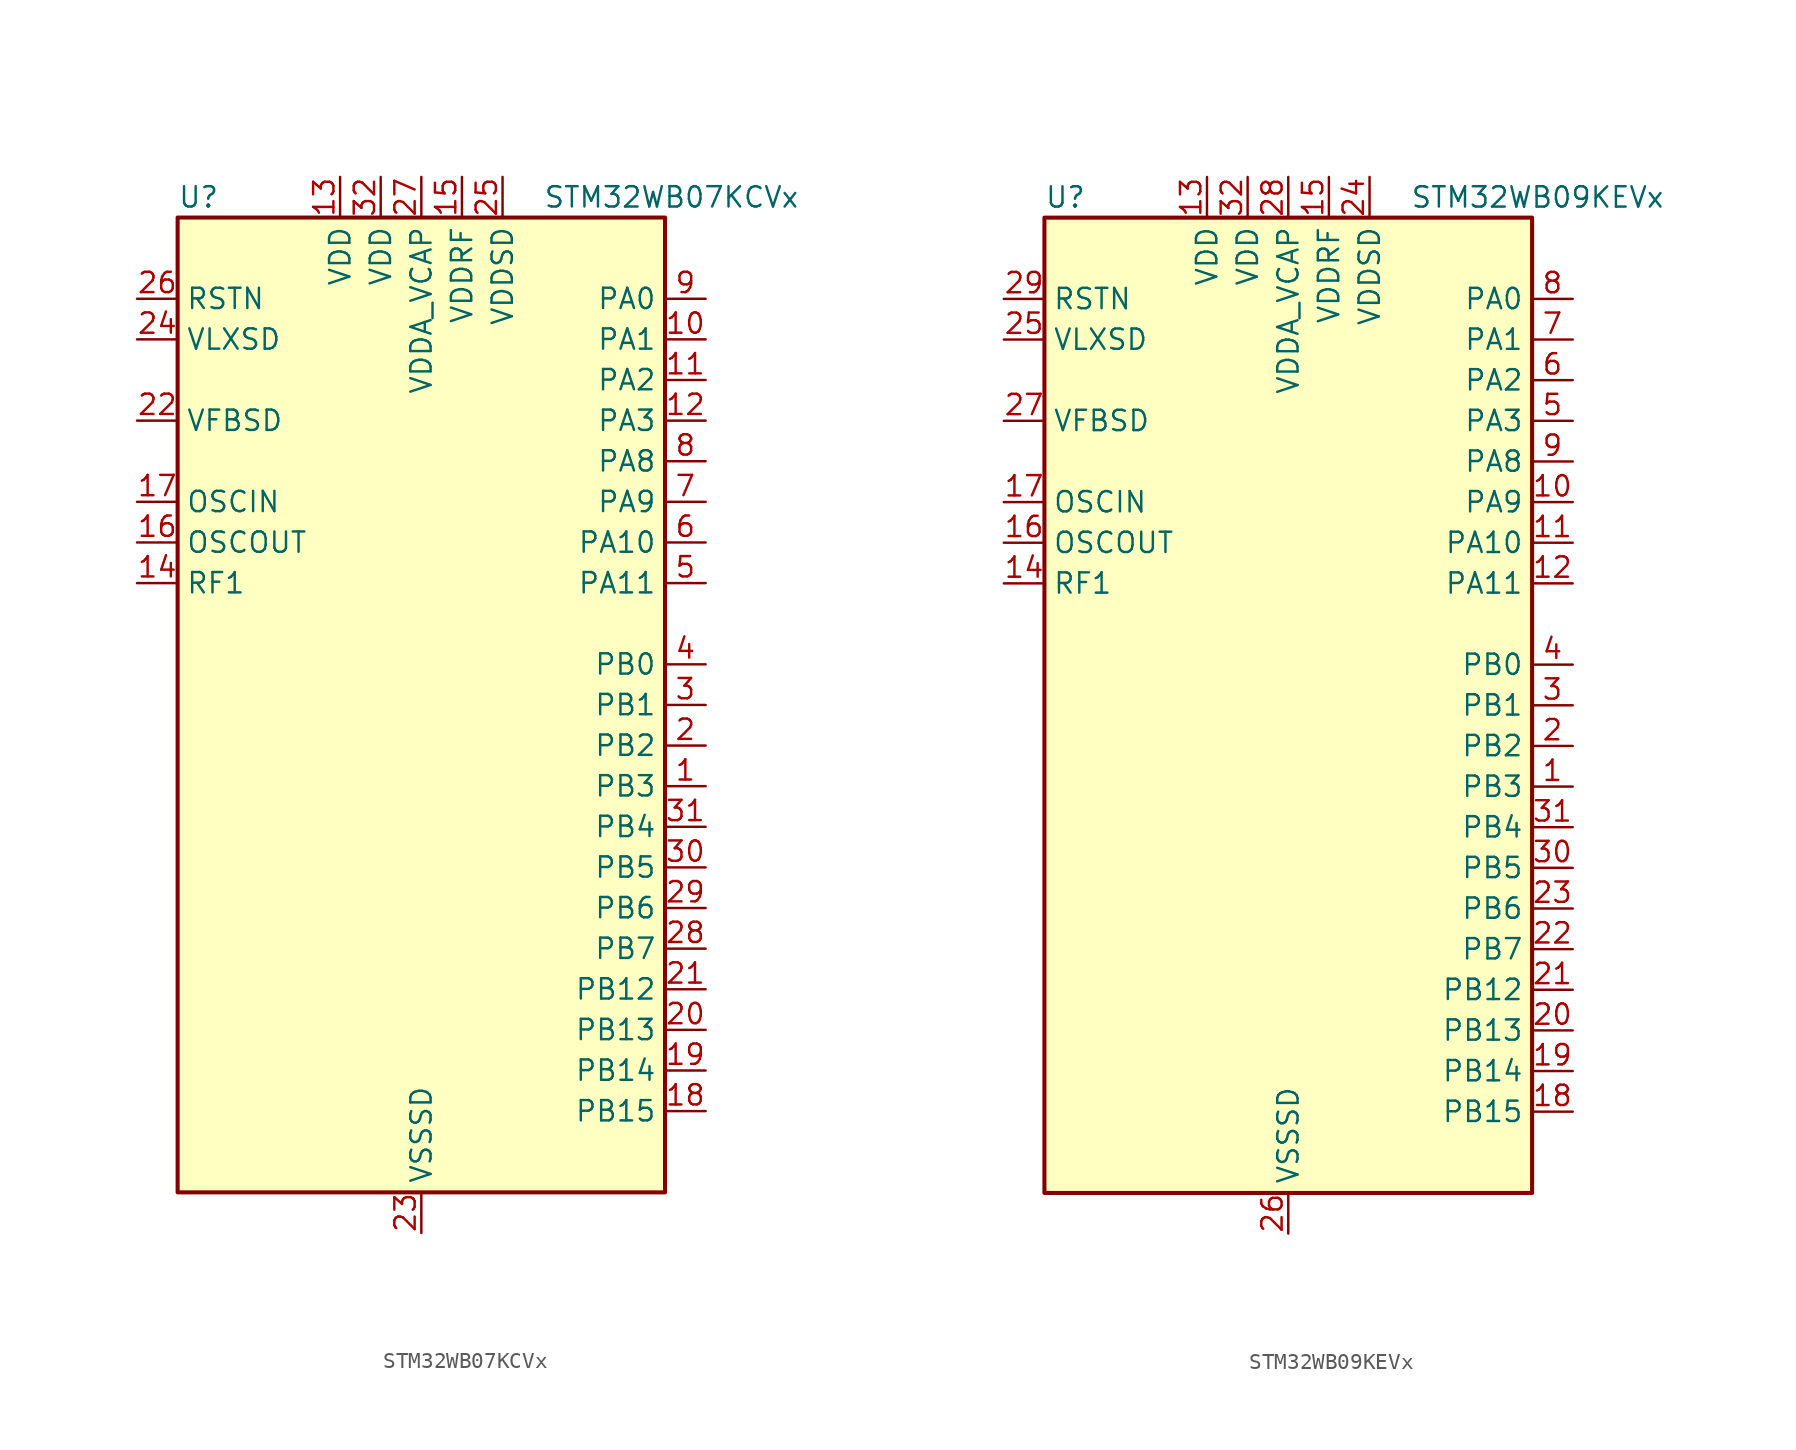
<source format=kicad_sym>
(kicad_symbol_lib
  (version 20231120)
  (generator "kicad-library-utils")
  (generator_version "8.0")
  (symbol "STM32WB07KCVx"
    (property "Reference" "U"
      (at -15.24 31.75 0)
      (effects (font (size 1.27 1.27)) (justify left)))
    (property "Value" "STM32WB07KCVx"
      (at 7.62 31.75 0)
      (effects (font (size 1.27 1.27)) (justify left)))
    (symbol "STM32WB07KCVx_0_1"
      (rectangle (start -15.24 -30.48) (end 15.24 30.48) (stroke (width 0.254) (type default)) (fill (type background))))
    (symbol "STM32WB07KCVx_1_1"
      (pin bidirectional line (at 17.78 -5.08 180) (length 2.54) (name "PB3" (effects (font (size 1.27 1.27)))) (number "1" (effects (font (size 1.27 1.27)))) (alternate "ADC1_PGA_CAP1" bidirectional line) (alternate "ADC1_VINP0" bidirectional line) (alternate "LPUART1_TX" bidirectional line) (alternate "PWR_WKUP3" bidirectional line) (alternate "TIM1_CH4" bidirectional line) (alternate "USART1_CTS" bidirectional line))
      (pin bidirectional line (at 17.78 22.86 180) (length 2.54) (name "PA1" (effects (font (size 1.27 1.27)))) (number "10" (effects (font (size 1.27 1.27)))) (alternate "I2C1_SDA" bidirectional line) (alternate "PWR_WKUP13" bidirectional line) (alternate "SPI2_MISO" bidirectional line) (alternate "TIM1_CH4" bidirectional line) (alternate "USART1_TX" bidirectional line))
      (pin bidirectional line (at 17.78 20.32 180) (length 2.54) (name "PA2" (effects (font (size 1.27 1.27)))) (number "11" (effects (font (size 1.27 1.27)))) (alternate "DEBUG_SWDIO" bidirectional line) (alternate "I2S3_MCK" bidirectional line) (alternate "PWR_WKUP14" bidirectional line) (alternate "USART1_CK" bidirectional line))
      (pin bidirectional line (at 17.78 17.78 180) (length 2.54) (name "PA3" (effects (font (size 1.27 1.27)))) (number "12" (effects (font (size 1.27 1.27)))) (alternate "DEBUG_SWCLK" bidirectional line) (alternate "I2S3_SCK" bidirectional line) (alternate "PWR_WKUP15" bidirectional line) (alternate "SPI3_SCK" bidirectional line) (alternate "TIM1_BKIN2" bidirectional line) (alternate "USART1_DE" bidirectional line) (alternate "USART1_RTS" bidirectional line))
      (pin power_in line (at -5.08 33.02 270) (length 2.54) (name "VDD" (effects (font (size 1.27 1.27)))) (number "13" (effects (font (size 1.27 1.27)))))
      (pin bidirectional line (at -17.78 7.62 0) (length 2.54) (name "RF1" (effects (font (size 1.27 1.27)))) (number "14" (effects (font (size 1.27 1.27)))) (alternate "RADIO_RF1" bidirectional line))
      (pin power_in line (at 2.54 33.02 270) (length 2.54) (name "VDDRF" (effects (font (size 1.27 1.27)))) (number "15" (effects (font (size 1.27 1.27)))))
      (pin bidirectional line (at -17.78 10.16 0) (length 2.54) (name "OSCOUT" (effects (font (size 1.27 1.27)))) (number "16" (effects (font (size 1.27 1.27)))) (alternate "RCC_OSC_OUT" bidirectional line))
      (pin bidirectional line (at -17.78 12.7 0) (length 2.54) (name "OSCIN" (effects (font (size 1.27 1.27)))) (number "17" (effects (font (size 1.27 1.27)))) (alternate "RCC_OSC_IN" bidirectional line))
      (pin bidirectional line (at 17.78 -25.4 180) (length 2.54) (name "PB15" (effects (font (size 1.27 1.27)))) (number "18" (effects (font (size 1.27 1.27)))) (alternate "I2C1_SMBA" bidirectional line) (alternate "RADIO_TX_SEQUENCE" bidirectional line) (alternate "RCC_MCO" bidirectional line) (alternate "USART1_TX" bidirectional line))
      (pin bidirectional line (at 17.78 -22.86 180) (length 2.54) (name "PB14" (effects (font (size 1.27 1.27)))) (number "19" (effects (font (size 1.27 1.27)))) (alternate "I2C2_SDA" bidirectional line) (alternate "PWR_PVD_IN" bidirectional line) (alternate "SPI1_MOSI" bidirectional line) (alternate "TIM1_CH3N" bidirectional line) (alternate "TIM1_ETR" bidirectional line) (alternate "USART1_RX" bidirectional line))
      (pin bidirectional line (at 17.78 -2.54 180) (length 2.54) (name "PB2" (effects (font (size 1.27 1.27)))) (number "2" (effects (font (size 1.27 1.27)))) (alternate "ADC1_PDM_DATA" bidirectional line) (alternate "ADC1_PGA_CAP0" bidirectional line) (alternate "ADC1_VINM0" bidirectional line) (alternate "PWR_WKUP2" bidirectional line) (alternate "TIM1_CH3" bidirectional line) (alternate "USART1_DE" bidirectional line) (alternate "USART1_RTS" bidirectional line))
      (pin bidirectional line (at 17.78 -20.32 180) (length 2.54) (name "PB13" (effects (font (size 1.27 1.27)))) (number "20" (effects (font (size 1.27 1.27)))) (alternate "ADC1_PDM_CLK" bidirectional line) (alternate "I2C2_SCL" bidirectional line) (alternate "RCC_OSC32_IN" bidirectional line) (alternate "SPI1_MISO" bidirectional line) (alternate "TIM1_BKIN2" bidirectional line) (alternate "TIM1_CH4" bidirectional line))
      (pin bidirectional line (at 17.78 -17.78 180) (length 2.54) (name "PB12" (effects (font (size 1.27 1.27)))) (number "21" (effects (font (size 1.27 1.27)))) (alternate "ADC1_PDM_DATA" bidirectional line) (alternate "RCC_LCO" bidirectional line) (alternate "RCC_OSC32_OUT" bidirectional line) (alternate "SPI1_SCK" bidirectional line) (alternate "TIM1_CH3" bidirectional line))
      (pin input line (at -17.78 17.78 0) (length 2.54) (name "VFBSD" (effects (font (size 1.27 1.27)))) (number "22" (effects (font (size 1.27 1.27)))))
      (pin power_in line (at 0 -33.02 90) (length 2.54) (name "VSSSD" (effects (font (size 1.27 1.27)))) (number "23" (effects (font (size 1.27 1.27)))))
      (pin power_in line (at -17.78 22.86 0) (length 2.54) (name "VLXSD" (effects (font (size 1.27 1.27)))) (number "24" (effects (font (size 1.27 1.27)))))
      (pin power_in line (at 5.08 33.02 270) (length 2.54) (name "VDDSD" (effects (font (size 1.27 1.27)))) (number "25" (effects (font (size 1.27 1.27)))))
      (pin power_in line (at -17.78 25.4 0) (length 2.54) (name "RSTN" (effects (font (size 1.27 1.27)))) (number "26" (effects (font (size 1.27 1.27)))))
      (pin power_in line (at 0 33.02 270) (length 2.54) (name "VDDA_VCAP" (effects (font (size 1.27 1.27)))) (number "27" (effects (font (size 1.27 1.27)))))
      (pin bidirectional line (at 17.78 -15.24 180) (length 2.54) (name "PB7" (effects (font (size 1.27 1.27)))) (number "28" (effects (font (size 1.27 1.27)))) (alternate "I2C2_SDA" bidirectional line) (alternate "I2S2_SCK" bidirectional line) (alternate "LPUART1_RX" bidirectional line) (alternate "PWR_WKUP7" bidirectional line) (alternate "SPI2_SCK" bidirectional line) (alternate "TIM1_CH2" bidirectional line))
      (pin bidirectional line (at 17.78 -12.7 180) (length 2.54) (name "PB6" (effects (font (size 1.27 1.27)))) (number "29" (effects (font (size 1.27 1.27)))) (alternate "I2C2_SCL" bidirectional line) (alternate "I2S2_WS" bidirectional line) (alternate "LPUART1_TX" bidirectional line) (alternate "PWR_WKUP6" bidirectional line) (alternate "SPI2_NSS" bidirectional line) (alternate "TIM1_CH1" bidirectional line))
      (pin bidirectional line (at 17.78 0 180) (length 2.54) (name "PB1" (effects (font (size 1.27 1.27)))) (number "3" (effects (font (size 1.27 1.27)))) (alternate "ADC1_PDM_CLK" bidirectional line) (alternate "ADC1_VINP1" bidirectional line) (alternate "PWR_WKUP1" bidirectional line) (alternate "SPI1_NSS" bidirectional line) (alternate "TIM1_ETR" bidirectional line))
      (pin bidirectional line (at 17.78 -10.16 180) (length 2.54) (name "PB5" (effects (font (size 1.27 1.27)))) (number "30" (effects (font (size 1.27 1.27)))) (alternate "ADC1_PDM_CLK" bidirectional line) (alternate "ADC1_PGA_VBIAS_MIC" bidirectional line) (alternate "I2S2_SD" bidirectional line) (alternate "LPUART1_RX" bidirectional line) (alternate "PWR_WKUP5" bidirectional line) (alternate "SPI2_MOSI" bidirectional line))
      (pin bidirectional line (at 17.78 -7.62 180) (length 2.54) (name "PB4" (effects (font (size 1.27 1.27)))) (number "31" (effects (font (size 1.27 1.27)))) (alternate "ADC1_PDM_DATA" bidirectional line) (alternate "ADC1_PGA_VIN" bidirectional line) (alternate "LPUART1_TX" bidirectional line) (alternate "PWR_WKUP4" bidirectional line) (alternate "SPI2_MISO" bidirectional line))
      (pin power_in line (at -2.54 33.02 270) (length 2.54) (name "VDD" (effects (font (size 1.27 1.27)))) (number "32" (effects (font (size 1.27 1.27)))))
      (pin bidirectional line (at 17.78 2.54 180) (length 2.54) (name "PB0" (effects (font (size 1.27 1.27)))) (number "4" (effects (font (size 1.27 1.27)))) (alternate "ADC1_VINM1" bidirectional line) (alternate "LPUART1_DE" bidirectional line) (alternate "LPUART1_RTS" bidirectional line) (alternate "PWR_WKUP0" bidirectional line) (alternate "TIM1_CH2N" bidirectional line) (alternate "USART1_RX" bidirectional line))
      (pin bidirectional line (at 17.78 7.62 180) (length 2.54) (name "PA11" (effects (font (size 1.27 1.27)))) (number "5" (effects (font (size 1.27 1.27)))) (alternate "I2S3_SD" bidirectional line) (alternate "PWR_WKUP11" bidirectional line) (alternate "PWR_WKUP23" bidirectional line) (alternate "RADIO_RX_SEQUENCE" bidirectional line) (alternate "RCC_MCO" bidirectional line) (alternate "RTC_OUT" bidirectional line) (alternate "SPI1_NSS" bidirectional line) (alternate "SPI3_MOSI" bidirectional line))
      (pin bidirectional line (at 17.78 10.16 180) (length 2.54) (name "PA10" (effects (font (size 1.27 1.27)))) (number "6" (effects (font (size 1.27 1.27)))) (alternate "I2S3_MCK" bidirectional line) (alternate "PWR_WKUP10" bidirectional line) (alternate "PWR_WKUP22" bidirectional line) (alternate "RADIO_TX_SEQUENCE" bidirectional line) (alternate "RCC_LCO" bidirectional line) (alternate "SPI1_MISO" bidirectional line))
      (pin bidirectional line (at 17.78 12.7 180) (length 2.54) (name "PA9" (effects (font (size 1.27 1.27)))) (number "7" (effects (font (size 1.27 1.27)))) (alternate "I2S3_WS" bidirectional line) (alternate "PWR_WKUP9" bidirectional line) (alternate "PWR_WKUP21" bidirectional line) (alternate "RTC_OUT" bidirectional line) (alternate "SPI1_SCK" bidirectional line) (alternate "SPI3_NSS" bidirectional line) (alternate "TIM1_CH4" bidirectional line) (alternate "USART1_TX" bidirectional line))
      (pin bidirectional line (at 17.78 15.24 180) (length 2.54) (name "PA8" (effects (font (size 1.27 1.27)))) (number "8" (effects (font (size 1.27 1.27)))) (alternate "PWR_WKUP8" bidirectional line) (alternate "PWR_WKUP20" bidirectional line) (alternate "RADIO_RX_SEQUENCE" bidirectional line) (alternate "RTC_OUT" bidirectional line) (alternate "SPI1_MOSI" bidirectional line) (alternate "SPI3_MISO" bidirectional line) (alternate "TIM1_CH3" bidirectional line) (alternate "USART1_RX" bidirectional line))
      (pin bidirectional line (at 17.78 25.4 180) (length 2.54) (name "PA0" (effects (font (size 1.27 1.27)))) (number "9" (effects (font (size 1.27 1.27)))) (alternate "I2C1_SCL" bidirectional line) (alternate "I2S2_MCK" bidirectional line) (alternate "PWR_WKUP12" bidirectional line) (alternate "TIM1_CH3" bidirectional line) (alternate "USART1_CTS" bidirectional line))))
  (symbol "STM32WB09KEVx"
    (property "Reference" "U"
      (at -15.24 31.75 0)
      (effects (font (size 1.27 1.27)) (justify left)))
    (property "Value" "STM32WB09KEVx"
      (at 7.62 31.75 0)
      (effects (font (size 1.27 1.27)) (justify left)))
    (symbol "STM32WB09KEVx_0_1"
      (rectangle (start -15.24 -30.48) (end 15.24 30.48) (stroke (width 0.254) (type default)) (fill (type background))))
    (symbol "STM32WB09KEVx_1_1"
      (pin bidirectional line (at 17.78 -5.08 180) (length 2.54) (name "PB3" (effects (font (size 1.27 1.27)))) (number "1" (effects (font (size 1.27 1.27)))) (alternate "ADC1_VINP0" bidirectional line) (alternate "I2S3_SCK" bidirectional line) (alternate "LPUART1_TX" bidirectional line) (alternate "PWR_WKUP3" bidirectional line) (alternate "RADIO_ANTENNA_ID_3" bidirectional line) (alternate "SPI3_SCK" bidirectional line) (alternate "TIM17_CH1" bidirectional line) (alternate "TIM2_CH4" bidirectional line) (alternate "USART1_CTS" bidirectional line))
      (pin bidirectional line (at 17.78 12.7 180) (length 2.54) (name "PA9" (effects (font (size 1.27 1.27)))) (number "10" (effects (font (size 1.27 1.27)))) (alternate "I2S3_WS" bidirectional line) (alternate "PWR_WKUP9" bidirectional line) (alternate "RTC_OUT" bidirectional line) (alternate "SPI3_NSS" bidirectional line) (alternate "TIM17_CH1" bidirectional line) (alternate "TIM2_CH4" bidirectional line) (alternate "USART1_TX" bidirectional line))
      (pin bidirectional line (at 17.78 10.16 180) (length 2.54) (name "PA10" (effects (font (size 1.27 1.27)))) (number "11" (effects (font (size 1.27 1.27)))) (alternate "I2S3_MCK" bidirectional line) (alternate "LPUART1_CTS" bidirectional line) (alternate "PWR_WKUP10" bidirectional line) (alternate "RADIO_TX_SEQUENCE" bidirectional line) (alternate "RCC_LCO" bidirectional line) (alternate "TIM17_CH1N" bidirectional line))
      (pin bidirectional line (at 17.78 7.62 180) (length 2.54) (name "PA11" (effects (font (size 1.27 1.27)))) (number "12" (effects (font (size 1.27 1.27)))) (alternate "I2S3_SD" bidirectional line) (alternate "PWR_WKUP11" bidirectional line) (alternate "RADIO_RX_SEQUENCE" bidirectional line) (alternate "RCC_MCO" bidirectional line) (alternate "SPI3_MOSI" bidirectional line) (alternate "TIM17_BK" bidirectional line))
      (pin power_in line (at -5.08 33.02 270) (length 2.54) (name "VDD" (effects (font (size 1.27 1.27)))) (number "13" (effects (font (size 1.27 1.27)))))
      (pin bidirectional line (at -17.78 7.62 0) (length 2.54) (name "RF1" (effects (font (size 1.27 1.27)))) (number "14" (effects (font (size 1.27 1.27)))) (alternate "RADIO_RF1" bidirectional line))
      (pin power_in line (at 2.54 33.02 270) (length 2.54) (name "VDDRF" (effects (font (size 1.27 1.27)))) (number "15" (effects (font (size 1.27 1.27)))))
      (pin bidirectional line (at -17.78 10.16 0) (length 2.54) (name "OSCOUT" (effects (font (size 1.27 1.27)))) (number "16" (effects (font (size 1.27 1.27)))) (alternate "RCC_OSC_OUT" bidirectional line))
      (pin bidirectional line (at -17.78 12.7 0) (length 2.54) (name "OSCIN" (effects (font (size 1.27 1.27)))) (number "17" (effects (font (size 1.27 1.27)))) (alternate "RCC_OSC_IN" bidirectional line))
      (pin bidirectional line (at 17.78 -25.4 180) (length 2.54) (name "PB15" (effects (font (size 1.27 1.27)))) (number "18" (effects (font (size 1.27 1.27)))) (alternate "PWR_WKUP19" bidirectional line) (alternate "USART1_TX" bidirectional line))
      (pin bidirectional line (at 17.78 -22.86 180) (length 2.54) (name "PB14" (effects (font (size 1.27 1.27)))) (number "19" (effects (font (size 1.27 1.27)))) (alternate "I2C1_SDA" bidirectional line) (alternate "PWR_PVD_IN" bidirectional line) (alternate "PWR_WKUP18" bidirectional line) (alternate "RADIO_TX_SEQUENCE" bidirectional line) (alternate "RCC_MCO" bidirectional line) (alternate "TIM2_ETR" bidirectional line) (alternate "USART1_RX" bidirectional line))
      (pin bidirectional line (at 17.78 -2.54 180) (length 2.54) (name "PB2" (effects (font (size 1.27 1.27)))) (number "2" (effects (font (size 1.27 1.27)))) (alternate "ADC1_VINM0" bidirectional line) (alternate "PWR_WKUP2" bidirectional line) (alternate "RADIO_ANTENNA_ID_2" bidirectional line) (alternate "TIM16_BK" bidirectional line) (alternate "TIM2_CH3" bidirectional line) (alternate "USART1_DE" bidirectional line) (alternate "USART1_RTS" bidirectional line))
      (pin bidirectional line (at 17.78 -20.32 180) (length 2.54) (name "PB13" (effects (font (size 1.27 1.27)))) (number "20" (effects (font (size 1.27 1.27)))) (alternate "PWR_WKUP17" bidirectional line) (alternate "RCC_OSC32_IN" bidirectional line) (alternate "TIM2_CH4" bidirectional line))
      (pin bidirectional line (at 17.78 -17.78 180) (length 2.54) (name "PB12" (effects (font (size 1.27 1.27)))) (number "21" (effects (font (size 1.27 1.27)))) (alternate "LPUART1_CTS" bidirectional line) (alternate "PWR_WKUP16" bidirectional line) (alternate "RCC_LCO" bidirectional line) (alternate "RCC_OSC32_OUT" bidirectional line) (alternate "TIM2_CH3" bidirectional line))
      (pin bidirectional line (at 17.78 -15.24 180) (length 2.54) (name "PB7" (effects (font (size 1.27 1.27)))) (number "22" (effects (font (size 1.27 1.27)))) (alternate "I2C1_SDA" bidirectional line) (alternate "LPUART1_RX" bidirectional line) (alternate "PWR_WKUP7" bidirectional line) (alternate "RADIO_ACTIVITY" bidirectional line) (alternate "TIM2_CH2" bidirectional line) (alternate "USART1_CTS" bidirectional line))
      (pin bidirectional line (at 17.78 -12.7 180) (length 2.54) (name "PB6" (effects (font (size 1.27 1.27)))) (number "23" (effects (font (size 1.27 1.27)))) (alternate "I2C1_SCL" bidirectional line) (alternate "LPUART1_TX" bidirectional line) (alternate "PWR_WKUP6" bidirectional line) (alternate "RADIO_ANTENNA_ID_6" bidirectional line) (alternate "TIM17_CH1" bidirectional line) (alternate "TIM2_CH1" bidirectional line))
      (pin power_in line (at 5.08 33.02 270) (length 2.54) (name "VDDSD" (effects (font (size 1.27 1.27)))) (number "24" (effects (font (size 1.27 1.27)))))
      (pin power_in line (at -17.78 22.86 0) (length 2.54) (name "VLXSD" (effects (font (size 1.27 1.27)))) (number "25" (effects (font (size 1.27 1.27)))))
      (pin power_in line (at 0 -33.02 90) (length 2.54) (name "VSSSD" (effects (font (size 1.27 1.27)))) (number "26" (effects (font (size 1.27 1.27)))))
      (pin input line (at -17.78 17.78 0) (length 2.54) (name "VFBSD" (effects (font (size 1.27 1.27)))) (number "27" (effects (font (size 1.27 1.27)))))
      (pin power_in line (at 0 33.02 270) (length 2.54) (name "VDDA_VCAP" (effects (font (size 1.27 1.27)))) (number "28" (effects (font (size 1.27 1.27)))))
      (pin power_in line (at -17.78 25.4 0) (length 2.54) (name "RSTN" (effects (font (size 1.27 1.27)))) (number "29" (effects (font (size 1.27 1.27)))))
      (pin bidirectional line (at 17.78 0 180) (length 2.54) (name "PB1" (effects (font (size 1.27 1.27)))) (number "3" (effects (font (size 1.27 1.27)))) (alternate "ADC1_VINP1" bidirectional line) (alternate "PWR_WKUP1" bidirectional line) (alternate "RADIO_ANTENNA_ID_1" bidirectional line) (alternate "TIM16_CH1N" bidirectional line) (alternate "TIM2_ETR" bidirectional line) (alternate "USART1_CK" bidirectional line))
      (pin bidirectional line (at 17.78 -10.16 180) (length 2.54) (name "PB5" (effects (font (size 1.27 1.27)))) (number "30" (effects (font (size 1.27 1.27)))) (alternate "ADC1_VINP3" bidirectional line) (alternate "LPUART1_RX" bidirectional line) (alternate "PWR_WKUP5" bidirectional line) (alternate "RADIO_ANTENNA_ID_5" bidirectional line) (alternate "TIM17_BK" bidirectional line) (alternate "TIM2_CH2" bidirectional line))
      (pin bidirectional line (at 17.78 -7.62 180) (length 2.54) (name "PB4" (effects (font (size 1.27 1.27)))) (number "31" (effects (font (size 1.27 1.27)))) (alternate "ADC1_VINM3" bidirectional line) (alternate "LPUART1_TX" bidirectional line) (alternate "PWR_WKUP4" bidirectional line) (alternate "RADIO_ANTENNA_ID_4" bidirectional line) (alternate "TIM17_CH1N" bidirectional line) (alternate "TIM2_CH1" bidirectional line))
      (pin power_in line (at -2.54 33.02 270) (length 2.54) (name "VDD" (effects (font (size 1.27 1.27)))) (number "32" (effects (font (size 1.27 1.27)))))
      (pin bidirectional line (at 17.78 2.54 180) (length 2.54) (name "PB0" (effects (font (size 1.27 1.27)))) (number "4" (effects (font (size 1.27 1.27)))) (alternate "ADC1_VINM1" bidirectional line) (alternate "LPUART1_DE" bidirectional line) (alternate "LPUART1_RTS" bidirectional line) (alternate "PWR_WKUP0" bidirectional line) (alternate "RADIO_ANTENNA_ID_0" bidirectional line) (alternate "TIM16_CH1" bidirectional line) (alternate "USART1_RX" bidirectional line))
      (pin bidirectional line (at 17.78 17.78 180) (length 2.54) (name "PA3" (effects (font (size 1.27 1.27)))) (number "5" (effects (font (size 1.27 1.27)))) (alternate "ADC1_VINP2" bidirectional line) (alternate "DEBUG_SWCLK" bidirectional line) (alternate "I2S3_SCK" bidirectional line) (alternate "PWR_WKUP15" bidirectional line) (alternate "SPI3_SCK" bidirectional line) (alternate "TIM16_CH1N" bidirectional line) (alternate "TIM2_CH2" bidirectional line) (alternate "USART1_DE" bidirectional line) (alternate "USART1_RTS" bidirectional line))
      (pin bidirectional line (at 17.78 20.32 180) (length 2.54) (name "PA2" (effects (font (size 1.27 1.27)))) (number "6" (effects (font (size 1.27 1.27)))) (alternate "ADC1_VINM2" bidirectional line) (alternate "DEBUG_SWDIO" bidirectional line) (alternate "I2S3_MCK" bidirectional line) (alternate "PWR_WKUP14" bidirectional line) (alternate "TIM16_CH1" bidirectional line) (alternate "TIM2_CH1" bidirectional line) (alternate "USART1_CK" bidirectional line))
      (pin bidirectional line (at 17.78 22.86 180) (length 2.54) (name "PA1" (effects (font (size 1.27 1.27)))) (number "7" (effects (font (size 1.27 1.27)))) (alternate "I2C1_SDA" bidirectional line) (alternate "IR_OUT" bidirectional line) (alternate "PWR_WKUP13" bidirectional line) (alternate "TIM2_CH4" bidirectional line) (alternate "USART1_TX" bidirectional line))
      (pin bidirectional line (at 17.78 25.4 180) (length 2.54) (name "PA0" (effects (font (size 1.27 1.27)))) (number "8" (effects (font (size 1.27 1.27)))) (alternate "I2C1_SCL" bidirectional line) (alternate "IR_OUT" bidirectional line) (alternate "PWR_WKUP12" bidirectional line) (alternate "TIM2_CH3" bidirectional line) (alternate "USART1_CTS" bidirectional line))
      (pin bidirectional line (at 17.78 15.24 180) (length 2.54) (name "PA8" (effects (font (size 1.27 1.27)))) (number "9" (effects (font (size 1.27 1.27)))) (alternate "PWR_WKUP8" bidirectional line) (alternate "RADIO_RX_SEQUENCE" bidirectional line) (alternate "RTC_OUT" bidirectional line) (alternate "SPI3_MISO" bidirectional line) (alternate "TIM16_BK" bidirectional line) (alternate "TIM2_CH3" bidirectional line) (alternate "USART1_RX" bidirectional line)))))
</source>
